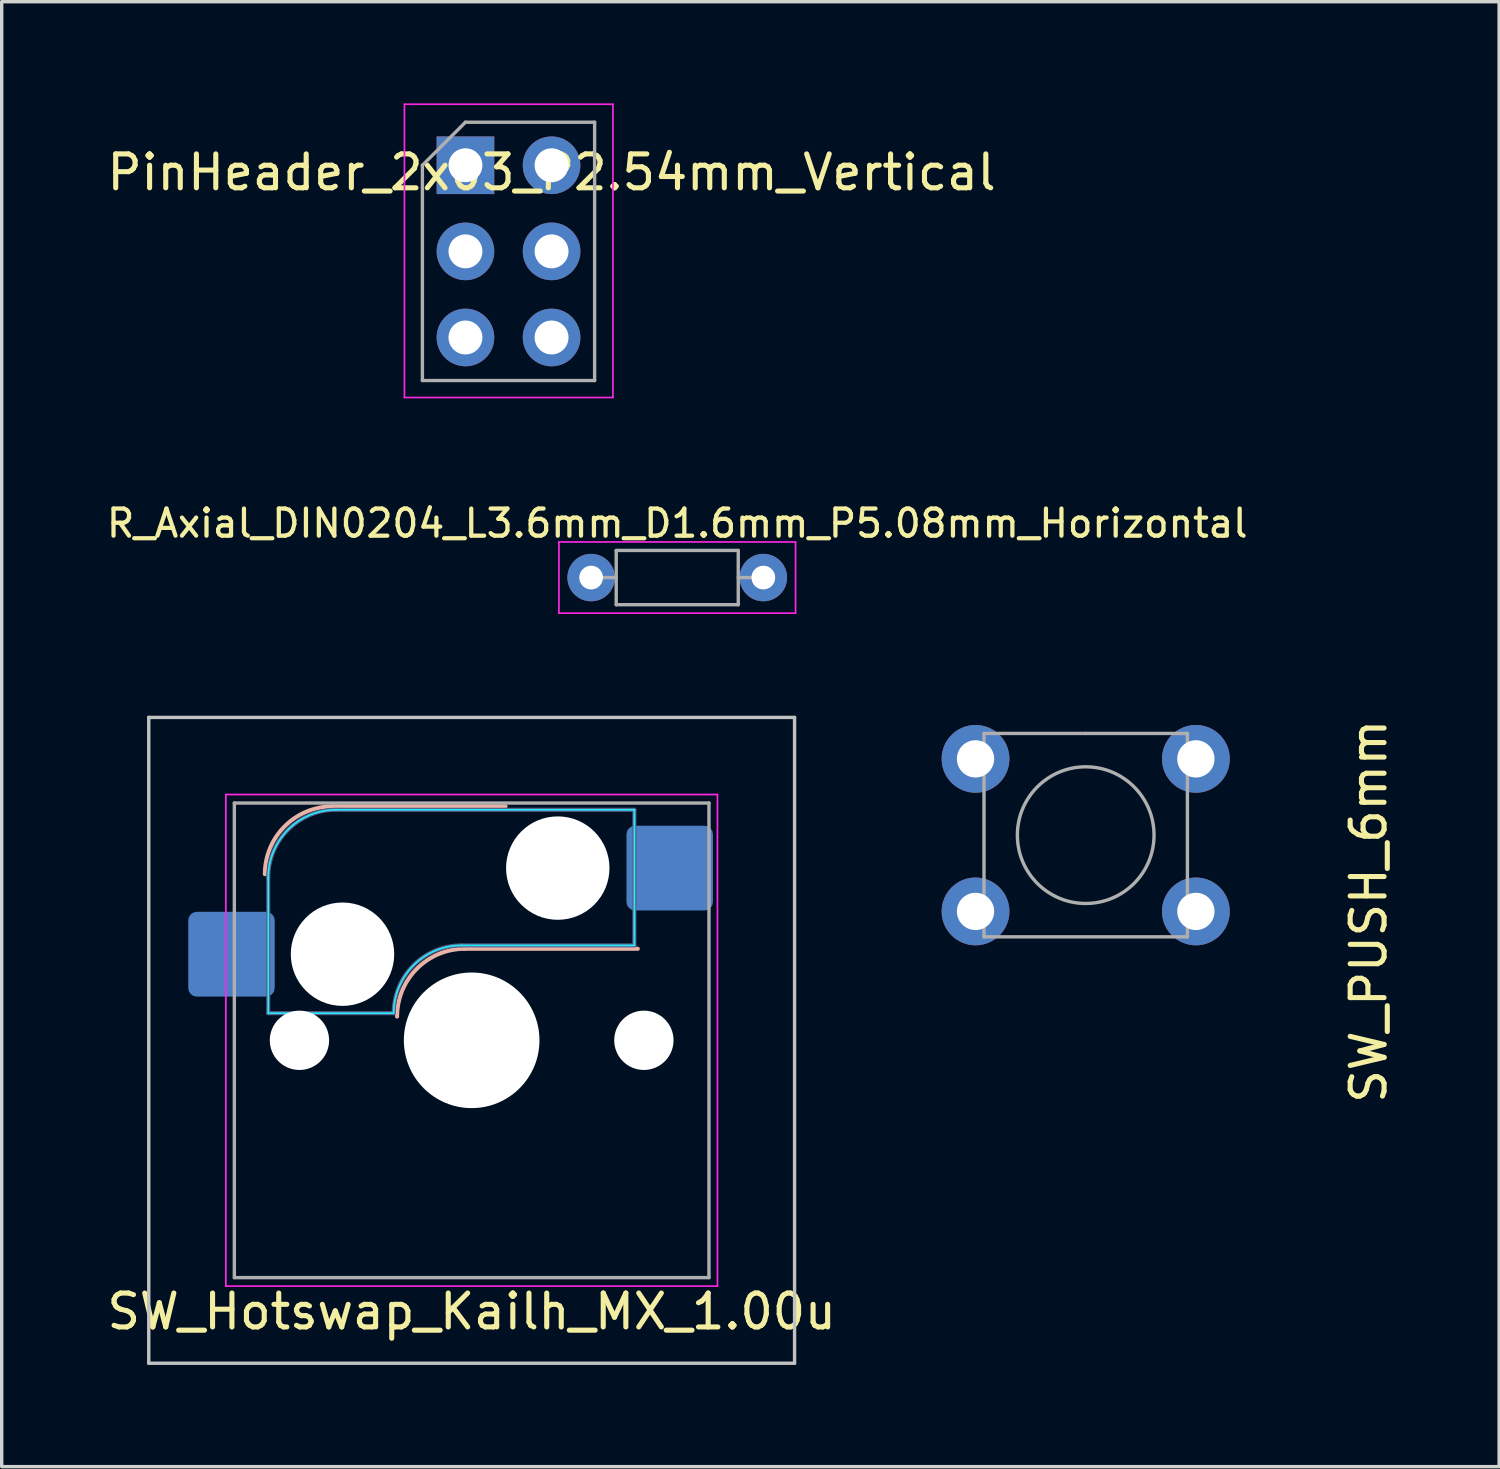
<source format=kicad_pcb>
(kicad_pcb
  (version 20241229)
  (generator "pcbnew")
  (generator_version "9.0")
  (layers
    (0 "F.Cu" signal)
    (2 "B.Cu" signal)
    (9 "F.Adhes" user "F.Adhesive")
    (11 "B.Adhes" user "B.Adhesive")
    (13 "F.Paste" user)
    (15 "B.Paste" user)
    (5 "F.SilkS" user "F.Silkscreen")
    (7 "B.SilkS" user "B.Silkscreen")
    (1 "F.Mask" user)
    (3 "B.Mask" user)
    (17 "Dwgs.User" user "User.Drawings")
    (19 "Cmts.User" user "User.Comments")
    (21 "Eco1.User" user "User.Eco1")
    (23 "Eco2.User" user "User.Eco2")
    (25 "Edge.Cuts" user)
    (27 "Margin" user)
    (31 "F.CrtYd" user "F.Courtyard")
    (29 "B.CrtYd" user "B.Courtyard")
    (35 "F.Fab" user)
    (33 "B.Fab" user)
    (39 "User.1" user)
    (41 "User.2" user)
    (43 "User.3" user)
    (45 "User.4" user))
  (footprint "SW_PUSH_6mm"
    (layer "F.Cu")
    (at 28.976 21.569)
    (property "Reference" "SW_PUSH_6mm" (at 8.346 2.261 90) (layer "F.SilkS") (effects (font (size 1 1) (thickness 0.15))))
    (attr through_hole)
    (fp_line (start -3 -2.984) (end 0 -2.984) (stroke (width 0.1) (type solid)) (layer "F.Fab"))
    (fp_line (start -3 3.016) (end -3 -2.984) (stroke (width 0.1) (type solid)) (layer "F.Fab"))
    (fp_line (start 0 -2.984) (end 3 -2.984) (stroke (width 0.1) (type solid)) (layer "F.Fab"))
    (fp_line (start 3 -2.984) (end 3 3.016) (stroke (width 0.1) (type solid)) (layer "F.Fab"))
    (fp_line (start 3 3.016) (end -3 3.016) (stroke (width 0.1) (type solid)) (layer "F.Fab"))
    (fp_circle (center 0 0.016) (end -2 0.266) (stroke (width 0.1) (type solid)) (fill no) (layer "F.Fab"))
    (pad "1" thru_hole circle (at -3.25 -2.234 90) (size 2 2) (drill 1.1) (layers "*.Cu" "*.Mask"))
    (pad "1" thru_hole circle (at 3.25 -2.234 90) (size 2 2) (drill 1.1) (layers "*.Cu" "*.Mask"))
    (pad "2" thru_hole circle (at -3.25 2.266 90) (size 2 2) (drill 1.1) (layers "*.Cu" "*.Mask"))
    (pad "2" thru_hole circle (at 3.25 2.266 90) (size 2 2) (drill 1.1) (layers "*.Cu" "*.Mask")))
  (footprint "PinHeader_2x03_P2.54mm_Vertical"
    (layer "F.Cu")
    (at 11.95 4.365)
    (property "Reference" "PinHeader_2x03_P2.54mm_Vertical" (at 1.27 -2.33 180) (layer "F.SilkS") (effects (font (size 1 1) (thickness 0.15))))
    (attr through_hole)
    (fp_line (start -3.07 -4.34) (end -3.07 4.31) (stroke (width 0.05) (type solid)) (layer "F.CrtYd"))
    (fp_line (start -3.07 4.31) (end 3.08 4.31) (stroke (width 0.05) (type solid)) (layer "F.CrtYd"))
    (fp_line (start 3.08 -4.34) (end -3.07 -4.34) (stroke (width 0.05) (type solid)) (layer "F.CrtYd"))
    (fp_line (start 3.08 4.31) (end 3.08 -4.34) (stroke (width 0.05) (type solid)) (layer "F.CrtYd"))
    (fp_line (start -2.54 -2.54) (end -1.27 -3.81) (stroke (width 0.1) (type solid)) (layer "F.Fab"))
    (fp_line (start -2.54 3.81) (end -2.54 -2.54) (stroke (width 0.1) (type solid)) (layer "F.Fab"))
    (fp_line (start -1.27 -3.81) (end 2.54 -3.81) (stroke (width 0.1) (type solid)) (layer "F.Fab"))
    (fp_line (start 2.54 -3.81) (end 2.54 3.81) (stroke (width 0.1) (type solid)) (layer "F.Fab"))
    (fp_line (start 2.54 3.81) (end -2.54 3.81) (stroke (width 0.1) (type solid)) (layer "F.Fab"))
    (pad "1" thru_hole rect (at -1.27 -2.54) (size 1.7 1.7) (drill 1) (layers "*.Cu" "*.Mask"))
    (pad "2" thru_hole oval (at 1.27 -2.54) (size 1.7 1.7) (drill 1) (layers "*.Cu" "*.Mask"))
    (pad "3" thru_hole oval (at -1.27 0) (size 1.7 1.7) (drill 1) (layers "*.Cu" "*.Mask"))
    (pad "4" thru_hole oval (at 1.27 0) (size 1.7 1.7) (drill 1) (layers "*.Cu" "*.Mask"))
    (pad "5" thru_hole oval (at -1.27 2.54) (size 1.7 1.7) (drill 1) (layers "*.Cu" "*.Mask"))
    (pad "6" thru_hole oval (at 1.27 2.54) (size 1.7 1.7) (drill 1) (layers "*.Cu" "*.Mask")))
  (footprint "SW_Hotswap_Kailh_MX_1.00u"
    (layer "F.Cu")
    (at 10.863 27.637)
    (property "Reference" "SW_Hotswap_Kailh_MX_1.00u" (at 0 8 0) (layer "F.SilkS") (effects (font (size 1 1) (thickness 0.15))))
    (attr smd)
    (fp_line (start -4.1 -6.9) (end 1 -6.9) (stroke (width 0.12) (type solid)) (layer "B.SilkS"))
    (fp_line (start -0.2 -2.7) (end 4.9 -2.7) (stroke (width 0.12) (type solid)) (layer "B.SilkS"))
    (fp_arc (start -6.1 -4.9) (mid -5.514214 -6.314214) (end -4.1 -6.9) (stroke (width 0.12) (type solid)) (layer "B.SilkS"))
    (fp_arc (start -2.2 -0.7) (mid -1.614214 -2.114214) (end -0.2 -2.7) (stroke (width 0.12) (type solid)) (layer "B.SilkS"))
    (fp_line (start -9.525 -9.525) (end -9.525 9.525) (stroke (width 0.1) (type solid)) (layer "Dwgs.User"))
    (fp_line (start -9.525 9.525) (end 9.525 9.525) (stroke (width 0.1) (type solid)) (layer "Dwgs.User"))
    (fp_line (start 9.525 -9.525) (end -9.525 -9.525) (stroke (width 0.1) (type solid)) (layer "Dwgs.User"))
    (fp_line (start 9.525 9.525) (end 9.525 -9.525) (stroke (width 0.1) (type solid)) (layer "Dwgs.User"))
    (fp_line (start -7.8 -6) (end -7 -6) (stroke (width 0.1) (type solid)) (layer "Eco1.User"))
    (fp_line (start -7.8 -2.9) (end -7.8 -6) (stroke (width 0.1) (type solid)) (layer "Eco1.User"))
    (fp_line (start -7.8 2.9) (end -7 2.9) (stroke (width 0.1) (type solid)) (layer "Eco1.User"))
    (fp_line (start -7.8 6) (end -7.8 2.9) (stroke (width 0.1) (type solid)) (layer "Eco1.User"))
    (fp_line (start -7 -7) (end 7 -7) (stroke (width 0.1) (type solid)) (layer "Eco1.User"))
    (fp_line (start -7 -6) (end -7 -7) (stroke (width 0.1) (type solid)) (layer "Eco1.User"))
    (fp_line (start -7 -2.9) (end -7.8 -2.9) (stroke (width 0.1) (type solid)) (layer "Eco1.User"))
    (fp_line (start -7 2.9) (end -7 -2.9) (stroke (width 0.1) (type solid)) (layer "Eco1.User"))
    (fp_line (start -7 6) (end -7.8 6) (stroke (width 0.1) (type solid)) (layer "Eco1.User"))
    (fp_line (start -7 7) (end -7 6) (stroke (width 0.1) (type solid)) (layer "Eco1.User"))
    (fp_line (start 7 -7) (end 7 -6) (stroke (width 0.1) (type solid)) (layer "Eco1.User"))
    (fp_line (start 7 -6) (end 7.8 -6) (stroke (width 0.1) (type solid)) (layer "Eco1.User"))
    (fp_line (start 7 -2.9) (end 7 2.9) (stroke (width 0.1) (type solid)) (layer "Eco1.User"))
    (fp_line (start 7 2.9) (end 7.8 2.9) (stroke (width 0.1) (type solid)) (layer "Eco1.User"))
    (fp_line (start 7 6) (end 7 7) (stroke (width 0.1) (type solid)) (layer "Eco1.User"))
    (fp_line (start 7 7) (end -7 7) (stroke (width 0.1) (type solid)) (layer "Eco1.User"))
    (fp_line (start 7.8 -6) (end 7.8 -2.9) (stroke (width 0.1) (type solid)) (layer "Eco1.User"))
    (fp_line (start 7.8 -2.9) (end 7 -2.9) (stroke (width 0.1) (type solid)) (layer "Eco1.User"))
    (fp_line (start 7.8 2.9) (end 7.8 6) (stroke (width 0.1) (type solid)) (layer "Eco1.User"))
    (fp_line (start 7.8 6) (end 7 6) (stroke (width 0.1) (type solid)) (layer "Eco1.User"))
    (fp_line (start -6 -0.8) (end -6 -4.8) (stroke (width 0.05) (type solid)) (layer "B.CrtYd"))
    (fp_line (start -6 -0.8) (end -2.3 -0.8) (stroke (width 0.05) (type solid)) (layer "B.CrtYd"))
    (fp_line (start -4 -6.8) (end 4.8 -6.8) (stroke (width 0.05) (type solid)) (layer "B.CrtYd"))
    (fp_line (start -0.3 -2.8) (end 4.8 -2.8) (stroke (width 0.05) (type solid)) (layer "B.CrtYd"))
    (fp_line (start 4.8 -6.8) (end 4.8 -2.8) (stroke (width 0.05) (type solid)) (layer "B.CrtYd"))
    (fp_arc (start -6 -4.8) (mid -5.414214 -6.214214) (end -4 -6.8) (stroke (width 0.05) (type solid)) (layer "B.CrtYd"))
    (fp_arc (start -2.3 -0.8) (mid -1.714214 -2.214214) (end -0.3 -2.8) (stroke (width 0.05) (type solid)) (layer "B.CrtYd"))
    (fp_line (start -7.25 -7.25) (end -7.25 7.25) (stroke (width 0.05) (type solid)) (layer "F.CrtYd"))
    (fp_line (start -7.25 7.25) (end 7.25 7.25) (stroke (width 0.05) (type solid)) (layer "F.CrtYd"))
    (fp_line (start 7.25 -7.25) (end -7.25 -7.25) (stroke (width 0.05) (type solid)) (layer "F.CrtYd"))
    (fp_line (start 7.25 7.25) (end 7.25 -7.25) (stroke (width 0.05) (type solid)) (layer "F.CrtYd"))
    (fp_line (start -6 -0.8) (end -6 -4.8) (stroke (width 0.12) (type solid)) (layer "B.Fab"))
    (fp_line (start -6 -0.8) (end -2.3 -0.8) (stroke (width 0.12) (type solid)) (layer "B.Fab"))
    (fp_line (start -4 -6.8) (end 4.8 -6.8) (stroke (width 0.12) (type solid)) (layer "B.Fab"))
    (fp_line (start -0.3 -2.8) (end 4.8 -2.8) (stroke (width 0.12) (type solid)) (layer "B.Fab"))
    (fp_line (start 4.8 -6.8) (end 4.8 -2.8) (stroke (width 0.12) (type solid)) (layer "B.Fab"))
    (fp_arc (start -6 -4.8) (mid -5.414214 -6.214214) (end -4 -6.8) (stroke (width 0.12) (type solid)) (layer "B.Fab"))
    (fp_arc (start -2.3 -0.8) (mid -1.714214 -2.214214) (end -0.3 -2.8) (stroke (width 0.12) (type solid)) (layer "B.Fab"))
    (fp_line (start -7 -7) (end -7 7) (stroke (width 0.1) (type solid)) (layer "F.Fab"))
    (fp_line (start -7 7) (end 7 7) (stroke (width 0.1) (type solid)) (layer "F.Fab"))
    (fp_line (start 7 -7) (end -7 -7) (stroke (width 0.1) (type solid)) (layer "F.Fab"))
    (fp_line (start 7 7) (end 7 -7) (stroke (width 0.1) (type solid)) (layer "F.Fab"))
    (pad "" np_thru_hole circle (at -5.08 0) (size 1.75 1.75) (drill 1.75) (layers "*.Cu" "*.Mask"))
    (pad "" np_thru_hole circle (at -3.81 -2.54) (size 3.05 3.05) (drill 3.05) (layers "*.Cu" "*.Mask"))
    (pad "" np_thru_hole circle (at 0 0) (size 4 4) (drill 4) (layers "*.Cu" "*.Mask"))
    (pad "" np_thru_hole circle (at 2.54 -5.08) (size 3.05 3.05) (drill 3.05) (layers "*.Cu" "*.Mask"))
    (pad "" np_thru_hole circle (at 5.08 0) (size 1.75 1.75) (drill 1.75) (layers "*.Cu" "*.Mask"))
    (pad "1" smd roundrect (at -7.085 -2.54) (size 2.55 2.5) (layers "B.Cu" "B.Mask" "B.Paste") (roundrect_rratio 0.1))
    (pad "2" smd roundrect (at 5.842 -5.08) (size 2.55 2.5) (layers "B.Cu" "B.Mask" "B.Paste") (roundrect_rratio 0.1)))
  (footprint "R_Axial_DIN0204_L3.6mm_D1.6mm_P5.08mm_Horizontal"
    (layer "F.Cu")
    (at 16.927 13.987)
    (property "Reference" "R_Axial_DIN0204_L3.6mm_D1.6mm_P5.08mm_Horizontal" (at 0 -1.6 0) (unlocked yes) (layer "F.SilkS") (effects (font (size 0.8 0.8) (thickness 0.125))))
    (attr through_hole)
    (fp_line (start -3.49 -1.05) (end -3.49 1.05) (stroke (width 0.05) (type solid)) (layer "F.CrtYd"))
    (fp_line (start -3.49 1.05) (end 3.49 1.05) (stroke (width 0.05) (type solid)) (layer "F.CrtYd"))
    (fp_line (start 3.49 -1.05) (end -3.49 -1.05) (stroke (width 0.05) (type solid)) (layer "F.CrtYd"))
    (fp_line (start 3.49 1.05) (end 3.49 -1.05) (stroke (width 0.05) (type solid)) (layer "F.CrtYd"))
    (fp_line (start -2.54 0) (end -1.8 0) (stroke (width 0.1) (type solid)) (layer "F.Fab"))
    (fp_line (start -1.8 -0.8) (end -1.8 0.8) (stroke (width 0.1) (type solid)) (layer "F.Fab"))
    (fp_line (start -1.8 0.8) (end 1.8 0.8) (stroke (width 0.1) (type solid)) (layer "F.Fab"))
    (fp_line (start 1.8 -0.8) (end -1.8 -0.8) (stroke (width 0.1) (type solid)) (layer "F.Fab"))
    (fp_line (start 1.8 0.8) (end 1.8 -0.8) (stroke (width 0.1) (type solid)) (layer "F.Fab"))
    (fp_line (start 2.54 0) (end 1.8 0) (stroke (width 0.1) (type solid)) (layer "F.Fab"))
    (pad "1" thru_hole circle (at 2.54 0 180) (size 1.4 1.4) (drill 0.7) (layers "*.Cu" "*.Mask"))
    (pad "2" thru_hole oval (at -2.54 0 180) (size 1.4 1.4) (drill 0.7) (layers "*.Cu" "*.Mask")))
  (gr_rect
    (start -3 -3)
    (end 41.171 40.212)
    (stroke (width 0.1) (type default))
    (fill no)
    (layer "Edge.Cuts")))
</source>
